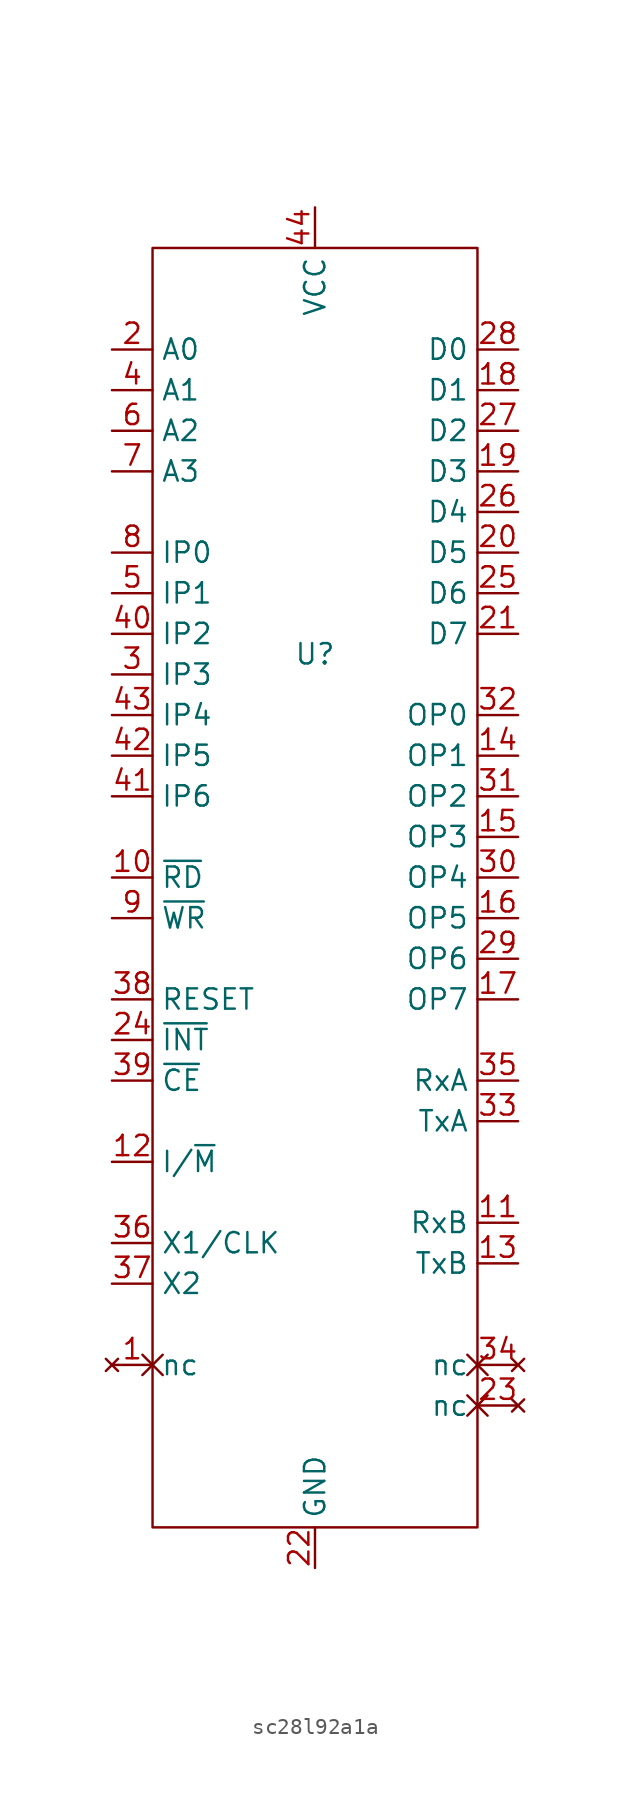
<source format=kicad_sym>
(kicad_symbol_lib
  (version 20220914)
  (generator kicad_symbol_editor)
  (symbol "sc28l92a1a"
    (property "Reference" "U"
      (at 0 0 0)
      (effects (font (size 1.27 1.27))))
    (property "Value" ""
      (at 8.255 -42.545 0)
      (effects (font (size 1.27 1.27))))
    (symbol "sc28l92a1a_0_1"
      (rectangle (start -10.16 25.4) (end 10.16 -54.61) (stroke (width 0) (type default)) (fill (type none))))
    (symbol "sc28l92a1a_1_1"
      (pin no_connect non_logic (at -12.7 -44.45 0) (length 2.54) (name "nc" (effects (font (size 1.27 1.27)))) (number "1" (effects (font (size 1.27 1.27)))))
      (pin input line (at -12.7 -13.97 0) (length 2.54) (name "~{RD}" (effects (font (size 1.27 1.27)))) (number "10" (effects (font (size 1.27 1.27)))))
      (pin input line (at 12.7 -35.56 180) (length 2.54) (name "RxB" (effects (font (size 1.27 1.27)))) (number "11" (effects (font (size 1.27 1.27)))))
      (pin input line (at -12.7 -31.75 0) (length 2.54) (name "I/~{M}" (effects (font (size 1.27 1.27)))) (number "12" (effects (font (size 1.27 1.27)))))
      (pin output line (at 12.7 -38.1 180) (length 2.54) (name "TxB" (effects (font (size 1.27 1.27)))) (number "13" (effects (font (size 1.27 1.27)))))
      (pin output line (at 12.7 -6.35 180) (length 2.54) (name "OP1" (effects (font (size 1.27 1.27)))) (number "14" (effects (font (size 1.27 1.27)))))
      (pin output line (at 12.7 -11.43 180) (length 2.54) (name "OP3" (effects (font (size 1.27 1.27)))) (number "15" (effects (font (size 1.27 1.27)))))
      (pin output line (at 12.7 -16.51 180) (length 2.54) (name "OP5" (effects (font (size 1.27 1.27)))) (number "16" (effects (font (size 1.27 1.27)))))
      (pin output line (at 12.7 -21.59 180) (length 2.54) (name "OP7" (effects (font (size 1.27 1.27)))) (number "17" (effects (font (size 1.27 1.27)))))
      (pin bidirectional line (at 12.7 16.51 180) (length 2.54) (name "D1" (effects (font (size 1.27 1.27)))) (number "18" (effects (font (size 1.27 1.27)))))
      (pin bidirectional line (at 12.7 11.43 180) (length 2.54) (name "D3" (effects (font (size 1.27 1.27)))) (number "19" (effects (font (size 1.27 1.27)))))
      (pin input line (at -12.7 19.05 0) (length 2.54) (name "A0" (effects (font (size 1.27 1.27)))) (number "2" (effects (font (size 1.27 1.27)))))
      (pin bidirectional line (at 12.7 6.35 180) (length 2.54) (name "D5" (effects (font (size 1.27 1.27)))) (number "20" (effects (font (size 1.27 1.27)))))
      (pin bidirectional line (at 12.7 1.27 180) (length 2.54) (name "D7" (effects (font (size 1.27 1.27)))) (number "21" (effects (font (size 1.27 1.27)))))
      (pin power_in line (at 0 -57.15 90) (length 2.54) (name "GND" (effects (font (size 1.27 1.27)))) (number "22" (effects (font (size 1.27 1.27)))))
      (pin no_connect non_logic (at 12.7 -46.99 180) (length 2.54) (name "nc" (effects (font (size 1.27 1.27)))) (number "23" (effects (font (size 1.27 1.27)))))
      (pin output line (at -12.7 -24.13 0) (length 2.54) (name "~{INT}" (effects (font (size 1.27 1.27)))) (number "24" (effects (font (size 1.27 1.27)))))
      (pin bidirectional line (at 12.7 3.81 180) (length 2.54) (name "D6" (effects (font (size 1.27 1.27)))) (number "25" (effects (font (size 1.27 1.27)))))
      (pin bidirectional line (at 12.7 8.89 180) (length 2.54) (name "D4" (effects (font (size 1.27 1.27)))) (number "26" (effects (font (size 1.27 1.27)))))
      (pin bidirectional line (at 12.7 13.97 180) (length 2.54) (name "D2" (effects (font (size 1.27 1.27)))) (number "27" (effects (font (size 1.27 1.27)))))
      (pin bidirectional line (at 12.7 19.05 180) (length 2.54) (name "D0" (effects (font (size 1.27 1.27)))) (number "28" (effects (font (size 1.27 1.27)))))
      (pin output line (at 12.7 -19.05 180) (length 2.54) (name "OP6" (effects (font (size 1.27 1.27)))) (number "29" (effects (font (size 1.27 1.27)))))
      (pin input line (at -12.7 -1.27 0) (length 2.54) (name "IP3" (effects (font (size 1.27 1.27)))) (number "3" (effects (font (size 1.27 1.27)))))
      (pin output line (at 12.7 -13.97 180) (length 2.54) (name "OP4" (effects (font (size 1.27 1.27)))) (number "30" (effects (font (size 1.27 1.27)))))
      (pin output line (at 12.7 -8.89 180) (length 2.54) (name "OP2" (effects (font (size 1.27 1.27)))) (number "31" (effects (font (size 1.27 1.27)))))
      (pin output line (at 12.7 -3.81 180) (length 2.54) (name "OP0" (effects (font (size 1.27 1.27)))) (number "32" (effects (font (size 1.27 1.27)))))
      (pin output line (at 12.7 -29.21 180) (length 2.54) (name "TxA" (effects (font (size 1.27 1.27)))) (number "33" (effects (font (size 1.27 1.27)))))
      (pin no_connect non_logic (at 12.7 -44.45 180) (length 2.54) (name "nc" (effects (font (size 1.27 1.27)))) (number "34" (effects (font (size 1.27 1.27)))))
      (pin input line (at 12.7 -26.67 180) (length 2.54) (name "RxA" (effects (font (size 1.27 1.27)))) (number "35" (effects (font (size 1.27 1.27)))))
      (pin input line (at -12.7 -36.83 0) (length 2.54) (name "X1/CLK" (effects (font (size 1.27 1.27)))) (number "36" (effects (font (size 1.27 1.27)))))
      (pin input line (at -12.7 -39.37 0) (length 2.54) (name "X2" (effects (font (size 1.27 1.27)))) (number "37" (effects (font (size 1.27 1.27)))))
      (pin input line (at -12.7 -21.59 0) (length 2.54) (name "RESET" (effects (font (size 1.27 1.27)))) (number "38" (effects (font (size 1.27 1.27)))))
      (pin input line (at -12.7 -26.67 0) (length 2.54) (name "~{CE}" (effects (font (size 1.27 1.27)))) (number "39" (effects (font (size 1.27 1.27)))))
      (pin input line (at -12.7 16.51 0) (length 2.54) (name "A1" (effects (font (size 1.27 1.27)))) (number "4" (effects (font (size 1.27 1.27)))))
      (pin input line (at -12.7 1.27 0) (length 2.54) (name "IP2" (effects (font (size 1.27 1.27)))) (number "40" (effects (font (size 1.27 1.27)))))
      (pin input line (at -12.7 -8.89 0) (length 2.54) (name "IP6" (effects (font (size 1.27 1.27)))) (number "41" (effects (font (size 1.27 1.27)))))
      (pin input line (at -12.7 -6.35 0) (length 2.54) (name "IP5" (effects (font (size 1.27 1.27)))) (number "42" (effects (font (size 1.27 1.27)))))
      (pin input line (at -12.7 -3.81 0) (length 2.54) (name "IP4" (effects (font (size 1.27 1.27)))) (number "43" (effects (font (size 1.27 1.27)))))
      (pin power_in line (at 0 27.94 270) (length 2.54) (name "VCC" (effects (font (size 1.27 1.27)))) (number "44" (effects (font (size 1.27 1.27)))))
      (pin input line (at -12.7 3.81 0) (length 2.54) (name "IP1" (effects (font (size 1.27 1.27)))) (number "5" (effects (font (size 1.27 1.27)))))
      (pin input line (at -12.7 13.97 0) (length 2.54) (name "A2" (effects (font (size 1.27 1.27)))) (number "6" (effects (font (size 1.27 1.27)))))
      (pin input line (at -12.7 11.43 0) (length 2.54) (name "A3" (effects (font (size 1.27 1.27)))) (number "7" (effects (font (size 1.27 1.27)))))
      (pin input line (at -12.7 6.35 0) (length 2.54) (name "IP0" (effects (font (size 1.27 1.27)))) (number "8" (effects (font (size 1.27 1.27)))))
      (pin input line (at -12.7 -16.51 0) (length 2.54) (name "~{WR}" (effects (font (size 1.27 1.27)))) (number "9" (effects (font (size 1.27 1.27))))))))
</source>
